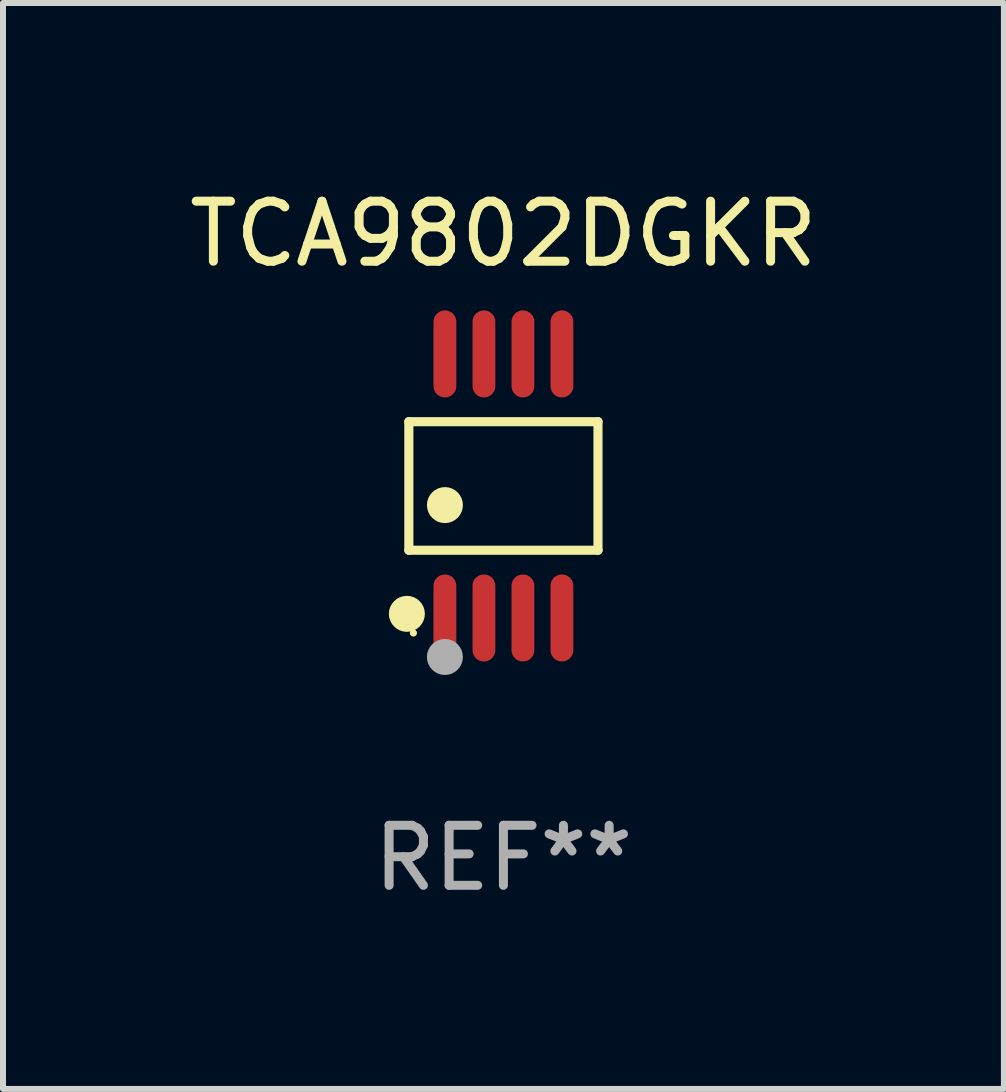
<source format=kicad_pcb>
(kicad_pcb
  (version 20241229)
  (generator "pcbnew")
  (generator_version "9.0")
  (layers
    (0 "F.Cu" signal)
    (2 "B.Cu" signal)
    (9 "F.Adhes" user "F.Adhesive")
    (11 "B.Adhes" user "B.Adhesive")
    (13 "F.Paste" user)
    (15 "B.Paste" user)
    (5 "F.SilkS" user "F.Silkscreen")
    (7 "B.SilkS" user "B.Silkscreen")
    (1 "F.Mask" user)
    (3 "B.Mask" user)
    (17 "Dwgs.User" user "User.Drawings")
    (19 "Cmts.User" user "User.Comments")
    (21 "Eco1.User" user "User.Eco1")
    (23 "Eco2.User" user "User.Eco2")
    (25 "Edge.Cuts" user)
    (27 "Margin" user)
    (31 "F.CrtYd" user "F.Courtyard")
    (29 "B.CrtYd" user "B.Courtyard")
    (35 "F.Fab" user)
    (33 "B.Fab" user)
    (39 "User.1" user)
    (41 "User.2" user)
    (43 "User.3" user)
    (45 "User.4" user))
  (footprint "TCA9802DGKR"
    (layer "F.Cu")
    (at 5.339 5.048)
    (property "Reference" "TCA9802DGKR" (at 0 -4.2 0) (layer "F.SilkS") (effects (font (size 1 1) (thickness 0.15))))
    (attr through_hole)
    (fp_line (start -1.576 -1.071) (end 1.576 -1.071) (stroke (width 0.152) (type solid)) (layer "F.SilkS"))
    (fp_line (start -1.576 1.071) (end -1.576 -1.071) (stroke (width 0.152) (type solid)) (layer "F.SilkS"))
    (fp_line (start 1.576 -1.071) (end 1.576 1.071) (stroke (width 0.152) (type solid)) (layer "F.SilkS"))
    (fp_line (start 1.576 1.071) (end -1.576 1.071) (stroke (width 0.152) (type solid)) (layer "F.SilkS"))
    (fp_circle (center -1.609 2.131) (end -1.459 2.131) (stroke (width 0.3) (type solid)) (fill no) (layer "F.SilkS"))
    (fp_circle (center -1.5 2.45) (end -1.47 2.45) (stroke (width 0.06) (type solid)) (fill no) (layer "F.SilkS"))
    (fp_circle (center -0.975 0.319) (end -0.825 0.319) (stroke (width 0.3) (type solid)) (fill no) (layer "F.SilkS"))
    (fp_circle (center -0.975 2.85) (end -0.825 2.85) (stroke (width 0.3) (type solid)) (fill no) (layer "F.Fab"))
    (fp_text user "REF**" (at 0 6.2 0) (layer "F.Fab") (effects (font (size 1 1) (thickness 0.15))))
    (pad "1" smd oval (at -0.975 2.2) (size 0.38 1.45) (layers "F.Cu" "F.Mask" "F.Paste"))
    (pad "2" smd oval (at -0.325 2.2) (size 0.38 1.45) (layers "F.Cu" "F.Mask" "F.Paste"))
    (pad "3" smd oval (at 0.325 2.2) (size 0.38 1.45) (layers "F.Cu" "F.Mask" "F.Paste"))
    (pad "4" smd oval (at 0.975 2.2) (size 0.38 1.45) (layers "F.Cu" "F.Mask" "F.Paste"))
    (pad "5" smd oval (at 0.975 -2.2) (size 0.38 1.45) (layers "F.Cu" "F.Mask" "F.Paste"))
    (pad "6" smd oval (at 0.325 -2.2) (size 0.38 1.45) (layers "F.Cu" "F.Mask" "F.Paste"))
    (pad "7" smd oval (at -0.325 -2.2) (size 0.38 1.45) (layers "F.Cu" "F.Mask" "F.Paste"))
    (pad "8" smd oval (at -0.975 -2.2) (size 0.38 1.45) (layers "F.Cu" "F.Mask" "F.Paste")))
  (gr_rect
    (start -3 -3)
    (end 13.679 15.096)
    (stroke (width 0.1) (type default))
    (fill no)
    (layer "Edge.Cuts")))
</source>
